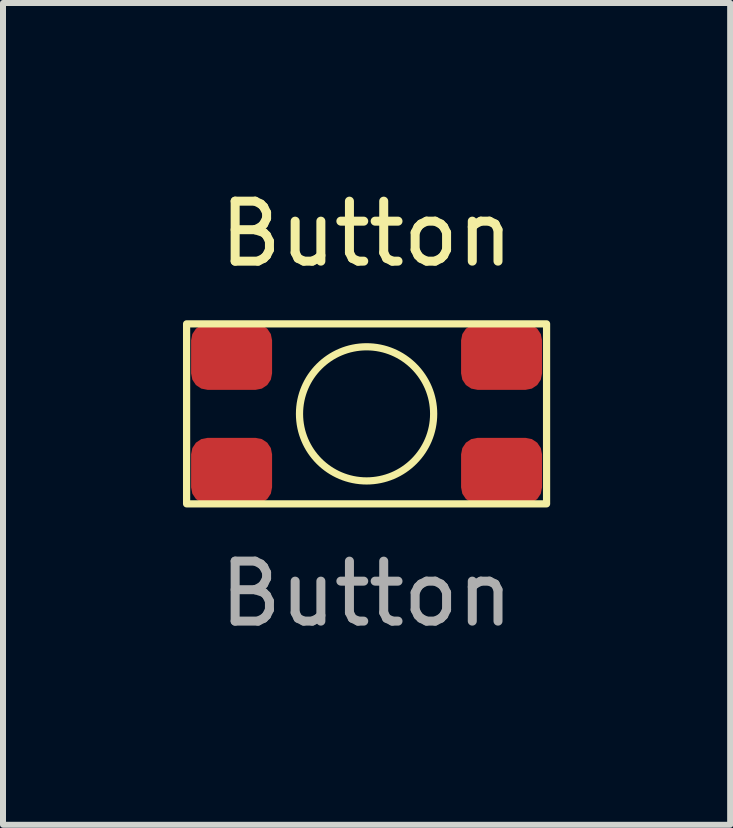
<source format=kicad_pcb>
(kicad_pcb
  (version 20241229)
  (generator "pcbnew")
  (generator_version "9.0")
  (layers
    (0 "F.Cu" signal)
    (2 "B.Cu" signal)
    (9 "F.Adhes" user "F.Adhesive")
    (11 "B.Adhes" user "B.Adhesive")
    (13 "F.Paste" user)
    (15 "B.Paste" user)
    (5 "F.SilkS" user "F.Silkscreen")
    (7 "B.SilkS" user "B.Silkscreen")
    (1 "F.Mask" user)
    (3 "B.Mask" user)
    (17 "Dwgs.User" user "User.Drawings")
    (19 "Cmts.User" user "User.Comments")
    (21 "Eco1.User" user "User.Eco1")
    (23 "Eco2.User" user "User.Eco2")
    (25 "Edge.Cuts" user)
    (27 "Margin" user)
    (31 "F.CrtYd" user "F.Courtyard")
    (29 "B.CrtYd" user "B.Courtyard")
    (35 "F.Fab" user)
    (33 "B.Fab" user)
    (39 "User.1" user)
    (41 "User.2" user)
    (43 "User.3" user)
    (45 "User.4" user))
  (footprint "Button"
    (layer "F.Cu")
    (at 3.06 3.848)
    (property "Reference" "Button" (at 0 -3 0) (unlocked yes) (layer "F.SilkS") (effects (font (size 1 1) (thickness 0.15))))
    (attr smd)
    (fp_rect (start -3 -1.5) (end 3 1.5) (stroke (width 0.12) (type default)) (fill no) (layer "F.SilkS"))
    (fp_circle (center 0 0) (end -0.5 1) (stroke (width 0.12) (type default)) (fill no) (layer "F.SilkS"))
    (fp_text user "${REFERENCE}" (at 0 3 0) (unlocked yes) (layer "F.Fab") (effects (font (size 1 1) (thickness 0.15))))
    (pad "1" smd roundrect (at -2.25 -0.95) (size 1.35 1.1) (layers "F.Cu" "F.Mask" "F.Paste") (roundrect_rratio 0.25))
    (pad "1" smd roundrect (at 2.25 -0.95) (size 1.35 1.1) (layers "F.Cu" "F.Mask" "F.Paste") (roundrect_rratio 0.25))
    (pad "2" smd roundrect (at -2.25 0.95) (size 1.35 1.1) (layers "F.Cu" "F.Mask" "F.Paste") (roundrect_rratio 0.25))
    (pad "2" smd roundrect (at 2.25 0.95) (size 1.35 1.1) (layers "F.Cu" "F.Mask" "F.Paste") (roundrect_rratio 0.25)))
  (gr_rect
    (start -3 -3)
    (end 9.12 10.697)
    (stroke (width 0.1) (type default))
    (fill no)
    (layer "Edge.Cuts")))
</source>
